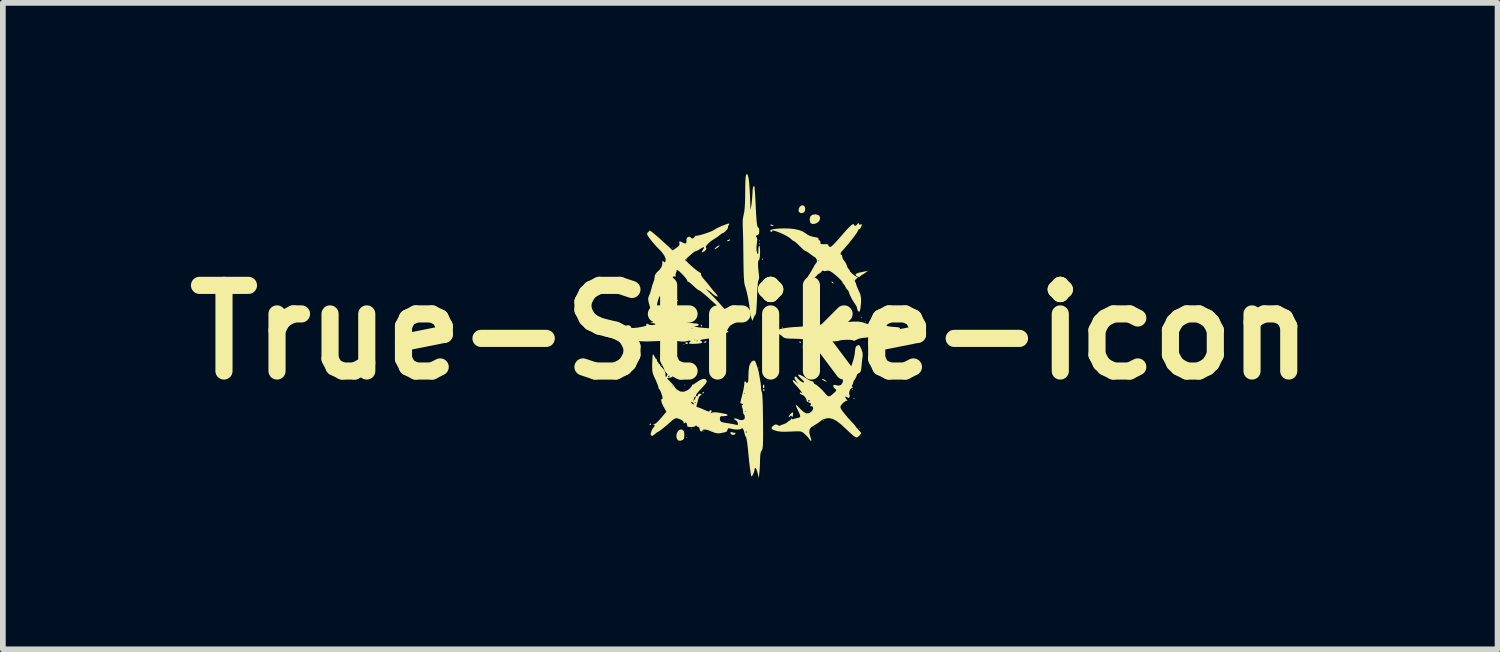
<source format=kicad_pcb>
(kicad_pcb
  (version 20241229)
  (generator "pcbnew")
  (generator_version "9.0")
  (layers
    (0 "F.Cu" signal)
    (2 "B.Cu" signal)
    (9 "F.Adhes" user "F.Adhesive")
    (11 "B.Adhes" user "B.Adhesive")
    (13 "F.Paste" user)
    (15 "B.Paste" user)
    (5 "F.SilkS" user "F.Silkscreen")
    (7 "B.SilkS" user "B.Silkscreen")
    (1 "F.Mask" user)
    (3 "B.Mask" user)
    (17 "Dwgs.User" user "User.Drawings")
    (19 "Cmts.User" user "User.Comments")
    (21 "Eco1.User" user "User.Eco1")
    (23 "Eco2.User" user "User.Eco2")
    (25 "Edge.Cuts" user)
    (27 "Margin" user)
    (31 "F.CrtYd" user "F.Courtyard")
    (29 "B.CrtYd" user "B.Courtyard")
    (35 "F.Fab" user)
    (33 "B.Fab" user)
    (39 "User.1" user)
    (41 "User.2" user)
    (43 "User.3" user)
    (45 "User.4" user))
  (footprint "True-Strike-icon"
    (layer "F.Cu")
    (at 10.086 2.768)
    (property "Reference" "True-Strike-icon" (at 0 0 0) (layer "F.SilkS") (effects (font (size 1.5 1.5) (thickness 0.3))))
    (attr board_only exclude_from_pos_files exclude_from_bom)
    (fp_poly (pts (xy -1.548 0.577) (xy -1.556 0.584) (xy -1.564 0.577) (xy -1.556 0.569)) (stroke (width 0) (type solid)) (fill yes) (layer "F.SilkS"))
    (fp_poly (pts (xy -1.358 -1.477) (xy -1.366 -1.469) (xy -1.374 -1.477) (xy -1.366 -1.485)) (stroke (width 0) (type solid)) (fill yes) (layer "F.SilkS"))
    (fp_poly (pts (xy -1.153 0.213) (xy -1.161 0.221) (xy -1.169 0.213) (xy -1.161 0.205)) (stroke (width 0) (type solid)) (fill yes) (layer "F.SilkS"))
    (fp_poly (pts (xy -1.137 0.924) (xy -1.145 0.932) (xy -1.153 0.924) (xy -1.145 0.916)) (stroke (width 0) (type solid)) (fill yes) (layer "F.SilkS"))
    (fp_poly (pts (xy -1.106 -1.272) (xy -1.114 -1.264) (xy -1.122 -1.272) (xy -1.114 -1.279)) (stroke (width 0) (type solid)) (fill yes) (layer "F.SilkS"))
    (fp_poly (pts (xy -1.106 1.84) (xy -1.114 1.848) (xy -1.122 1.84) (xy -1.114 1.832)) (stroke (width 0) (type solid)) (fill yes) (layer "F.SilkS"))
    (fp_poly (pts (xy -1.027 1.682) (xy -1.035 1.69) (xy -1.043 1.682) (xy -1.035 1.674)) (stroke (width 0) (type solid)) (fill yes) (layer "F.SilkS"))
    (fp_poly (pts (xy -0.806 1.73) (xy -0.813 1.738) (xy -0.821 1.73) (xy -0.813 1.722)) (stroke (width 0) (type solid)) (fill yes) (layer "F.SilkS"))
    (fp_poly (pts (xy -0.016 -0.34) (xy -0.024 -0.332) (xy -0.032 -0.34) (xy -0.024 -0.348)) (stroke (width 0) (type solid)) (fill yes) (layer "F.SilkS"))
    (fp_poly (pts (xy 0.158 0.624) (xy 0.15 0.632) (xy 0.142 0.624) (xy 0.15 0.616)) (stroke (width 0) (type solid)) (fill yes) (layer "F.SilkS"))
    (fp_poly (pts (xy 0.174 -1.603) (xy 0.166 -1.595) (xy 0.158 -1.603) (xy 0.166 -1.611)) (stroke (width 0) (type solid)) (fill yes) (layer "F.SilkS"))
    (fp_poly (pts (xy 0.569 -0.087) (xy 0.561 -0.079) (xy 0.553 -0.087) (xy 0.561 -0.095)) (stroke (width 0) (type solid)) (fill yes) (layer "F.SilkS"))
    (fp_poly (pts (xy 1.295 1.54) (xy 1.287 1.548) (xy 1.279 1.54) (xy 1.287 1.532)) (stroke (width 0) (type solid)) (fill yes) (layer "F.SilkS"))
    (fp_poly (pts (xy 1.69 0.608) (xy 1.682 0.616) (xy 1.674 0.608) (xy 1.682 0.6)) (stroke (width 0) (type solid)) (fill yes) (layer "F.SilkS"))
    (fp_poly (pts (xy 1.801 1.003) (xy 1.793 1.011) (xy 1.785 1.003) (xy 1.793 0.995)) (stroke (width 0) (type solid)) (fill yes) (layer "F.SilkS"))
    (fp_poly (pts (xy 1.927 1.682) (xy 1.919 1.69) (xy 1.911 1.682) (xy 1.919 1.674)) (stroke (width 0) (type solid)) (fill yes) (layer "F.SilkS"))
    (fp_poly (pts (xy 1.959 -0.261) (xy 1.951 -0.253) (xy 1.943 -0.261) (xy 1.951 -0.269)) (stroke (width 0) (type solid)) (fill yes) (layer "F.SilkS"))
    (fp_poly (pts (xy 2.022 -0.182) (xy 2.014 -0.174) (xy 2.006 -0.182) (xy 2.014 -0.19)) (stroke (width 0) (type solid)) (fill yes) (layer "F.SilkS"))
    (fp_poly (pts (xy -1.506 -0.232) (xy -1.508 -0.222) (xy -1.516 -0.221) (xy -1.529 -0.227) (xy -1.527 -0.232) (xy -1.508 -0.234)) (stroke (width 0) (type solid)) (fill yes) (layer "F.SilkS"))
    (fp_poly (pts (xy -1.49 0.606) (xy -1.488 0.624) (xy -1.49 0.627) (xy -1.499 0.624) (xy -1.501 0.616) (xy -1.495 0.603)) (stroke (width 0) (type solid)) (fill yes) (layer "F.SilkS"))
    (fp_poly (pts (xy 0.168 -1.559) (xy 0.17 -1.54) (xy 0.168 -1.537) (xy 0.159 -1.54) (xy 0.158 -1.548) (xy 0.164 -1.561)) (stroke (width 0) (type solid)) (fill yes) (layer "F.SilkS"))
    (fp_poly (pts (xy 0.216 -1.29) (xy 0.218 -1.271) (xy 0.216 -1.269) (xy 0.206 -1.271) (xy 0.205 -1.279) (xy 0.211 -1.292)) (stroke (width 0) (type solid)) (fill yes) (layer "F.SilkS"))
    (fp_poly (pts (xy 1.827 1.158) (xy 1.825 1.168) (xy 1.817 1.169) (xy 1.804 1.163) (xy 1.806 1.158) (xy 1.825 1.156)) (stroke (width 0) (type solid)) (fill yes) (layer "F.SilkS"))
    (fp_poly (pts (xy -0.853 -0.131) (xy -0.848 -0.119) (xy -0.843 -0.097) (xy -0.854 -0.101) (xy -0.862 -0.112) (xy -0.866 -0.132) (xy -0.864 -0.136)) (stroke (width 0) (type solid)) (fill yes) (layer "F.SilkS"))
    (fp_poly (pts (xy -0.034 -0.399) (xy -0.032 -0.388) (xy -0.037 -0.365) (xy -0.05 -0.372) (xy -0.055 -0.378) (xy -0.053 -0.398) (xy -0.048 -0.403)) (stroke (width 0) (type solid)) (fill yes) (layer "F.SilkS"))
    (fp_poly (pts (xy 1.434 -0.889) (xy 1.45 -0.875) (xy 1.46 -0.857) (xy 1.455 -0.853) (xy 1.433 -0.865) (xy 1.429 -0.87) (xy 1.422 -0.889)) (stroke (width 0) (type solid)) (fill yes) (layer "F.SilkS"))
    (fp_poly (pts (xy 1.699 0.646) (xy 1.701 0.656) (xy 1.697 0.678) (xy 1.686 0.669) (xy 1.683 0.665) (xy 1.684 0.645) (xy 1.687 0.642)) (stroke (width 0) (type solid)) (fill yes) (layer "F.SilkS"))
    (fp_poly (pts (xy -1.738 1.608) (xy -1.738 1.611) (xy -1.75 1.626) (xy -1.754 1.627) (xy -1.764 1.617) (xy -1.761 1.611) (xy -1.747 1.596) (xy -1.745 1.595)) (stroke (width 0) (type solid)) (fill yes) (layer "F.SilkS"))
    (fp_poly (pts (xy -1.093 0.182) (xy -1.09 0.19) (xy -1.103 0.204) (xy -1.114 0.205) (xy -1.135 0.197) (xy -1.137 0.19) (xy -1.125 0.176) (xy -1.114 0.174)) (stroke (width 0) (type solid)) (fill yes) (layer "F.SilkS"))
    (fp_poly (pts (xy -0.811 1.052) (xy -0.813 1.058) (xy -0.828 1.073) (xy -0.83 1.074) (xy -0.837 1.062) (xy -0.837 1.058) (xy -0.825 1.043) (xy -0.82 1.043)) (stroke (width 0) (type solid)) (fill yes) (layer "F.SilkS"))
    (fp_poly (pts (xy -0.763 0.163) (xy -0.77 0.174) (xy -0.795 0.183) (xy -0.798 0.183) (xy -0.814 0.179) (xy -0.813 0.172) (xy -0.791 0.16) (xy -0.778 0.158)) (stroke (width 0) (type solid)) (fill yes) (layer "F.SilkS"))
    (fp_poly (pts (xy -0.352 -1.623) (xy -0.355 -1.611) (xy -0.378 -1.597) (xy -0.392 -1.596) (xy -0.41 -1.598) (xy -0.398 -1.609) (xy -0.395 -1.611) (xy -0.366 -1.625)) (stroke (width 0) (type solid)) (fill yes) (layer "F.SilkS"))
    (fp_poly (pts (xy 0.245 0.929) (xy 0.248 0.948) (xy 0.244 0.973) (xy 0.236 0.979) (xy 0.224 0.966) (xy 0.221 0.948) (xy 0.226 0.922) (xy 0.234 0.916)) (stroke (width 0) (type solid)) (fill yes) (layer "F.SilkS"))
    (fp_poly (pts (xy 0.252 1.007) (xy 0.253 1.011) (xy 0.241 1.026) (xy 0.237 1.027) (xy 0.222 1.015) (xy 0.221 1.011) (xy 0.233 0.996) (xy 0.237 0.995)) (stroke (width 0) (type solid)) (fill yes) (layer "F.SilkS"))
    (fp_poly (pts (xy 0.379 -1.884) (xy 0.405 -1.875) (xy 0.411 -1.87) (xy 0.397 -1.865) (xy 0.379 -1.864) (xy 0.353 -1.87) (xy 0.348 -1.878) (xy 0.36 -1.886)) (stroke (width 0) (type solid)) (fill yes) (layer "F.SilkS"))
    (fp_poly (pts (xy 0.884 0.169) (xy 0.885 0.174) (xy 0.879 0.189) (xy 0.878 0.19) (xy 0.864 0.178) (xy 0.861 0.174) (xy 0.862 0.159) (xy 0.868 0.158)) (stroke (width 0) (type solid)) (fill yes) (layer "F.SilkS"))
    (fp_poly (pts (xy 1.279 0.819) (xy 1.311 0.837) (xy 1.312 0.838) (xy 1.338 0.859) (xy 1.339 0.866) (xy 1.314 0.857) (xy 1.289 0.846) (xy 1.262 0.83) (xy 1.257 0.818) (xy 1.258 0.817)) (stroke (width 0) (type solid)) (fill yes) (layer "F.SilkS"))
    (fp_poly (pts (xy -0.538 -1.523) (xy -0.543 -1.509) (xy -0.565 -1.488) (xy -0.594 -1.467) (xy -0.619 -1.455) (xy -0.624 -1.454) (xy -0.623 -1.463) (xy -0.603 -1.484) (xy -0.593 -1.493) (xy -0.561 -1.515) (xy -0.54 -1.523)) (stroke (width 0) (type solid)) (fill yes) (layer "F.SilkS"))
    (fp_poly (pts (xy -0.32 1.751) (xy -0.287 1.759) (xy -0.272 1.758) (xy -0.26 1.761) (xy -0.262 1.776) (xy -0.282 1.797) (xy -0.317 1.794) (xy -0.328 1.79) (xy -0.346 1.769) (xy -0.348 1.759) (xy -0.34 1.745)) (stroke (width 0) (type solid)) (fill yes) (layer "F.SilkS"))
    (fp_poly (pts (xy 0.948 -2.207) (xy 0.962 -2.172) (xy 0.959 -2.132) (xy 0.947 -2.108) (xy 0.915 -2.087) (xy 0.879 -2.088) (xy 0.852 -2.109) (xy 0.847 -2.12) (xy 0.849 -2.163) (xy 0.869 -2.2) (xy 0.901 -2.222) (xy 0.921 -2.224)) (stroke (width 0) (type solid)) (fill yes) (layer "F.SilkS"))
    (fp_poly (pts (xy 1.161 -2.062) (xy 1.206 -2.043) (xy 1.225 -2.008) (xy 1.215 -1.963) (xy 1.203 -1.943) (xy 1.17 -1.915) (xy 1.128 -1.899) (xy 1.087 -1.897) (xy 1.058 -1.911) (xy 1.052 -1.92) (xy 1.04 -1.982) (xy 1.053 -2.029) (xy 1.089 -2.058) (xy 1.144 -2.065)) (stroke (width 0) (type solid)) (fill yes) (layer "F.SilkS"))
    (fp_poly (pts (xy 0.752 1.423) (xy 0.75 1.434) (xy 0.745 1.466) (xy 0.743 1.477) (xy 0.736 1.48) (xy 0.728 1.471) (xy 0.713 1.459) (xy 0.704 1.467) (xy 0.683 1.484) (xy 0.677 1.485) (xy 0.675 1.474) (xy 0.691 1.448) (xy 0.698 1.439) (xy 0.729 1.408) (xy 0.747 1.403)) (stroke (width 0) (type solid)) (fill yes) (layer "F.SilkS"))
    (fp_poly (pts (xy -1.187 1.707) (xy -1.165 1.729) (xy -1.157 1.755) (xy -1.154 1.796) (xy -1.154 1.801) (xy -1.158 1.853) (xy -1.176 1.882) (xy -1.211 1.897) (xy -1.218 1.898) (xy -1.258 1.896) (xy -1.277 1.877) (xy -1.293 1.833) (xy -1.291 1.788) (xy -1.275 1.747) (xy -1.25 1.716) (xy -1.219 1.701)) (stroke (width 0) (type solid)) (fill yes) (layer "F.SilkS"))
    (fp_poly (pts (xy 2.019 -1.045) (xy 1.988 -1.022) (xy 1.968 -1.011) (xy 1.967 -1.011) (xy 1.949 -1.001) (xy 1.933 -0.987) (xy 1.907 -0.967) (xy 1.883 -0.97) (xy 1.86 -0.986) (xy 1.844 -1.008) (xy 1.859 -1.028) (xy 1.903 -1.044) (xy 1.919 -1.047) (xy 1.972 -1.058) (xy 2.014 -1.067) (xy 2.061 -1.078)) (stroke (width 0) (type solid)) (fill yes) (layer "F.SilkS"))
    (fp_poly (pts (xy -0.04 -2.743) (xy -0.028 -2.69) (xy -0.018 -2.607) (xy -0.01 -2.495) (xy -0.003 -2.353) (xy 0.002 -2.211) (xy 0.003 -2.14) (xy 0.018 -2.211) (xy 0.025 -2.262) (xy 0.032 -2.331) (xy 0.037 -2.404) (xy 0.038 -2.414) (xy 0.042 -2.49) (xy 0.049 -2.537) (xy 0.059 -2.559) (xy 0.071 -2.556) (xy 0.072 -2.556) (xy 0.075 -2.538) (xy 0.079 -2.493) (xy 0.084 -2.427) (xy 0.089 -2.344) (xy 0.094 -2.249) (xy 0.095 -2.23) (xy 0.101 -2.104) (xy 0.107 -2.007) (xy 0.113 -1.934) (xy 0.119 -1.884) (xy 0.127 -1.852) (xy 0.135 -1.836) (xy 0.144 -1.832) (xy 0.153 -1.818) (xy 0.158 -1.784) (xy 0.158 -1.771) (xy 0.154 -1.729) (xy 0.14 -1.708) (xy 0.124 -1.701) (xy 0.101 -1.69) (xy 0.105 -1.674) (xy 0.11 -1.667) (xy 0.123 -1.628) (xy 0.119 -1.584) (xy 0.109 -1.503) (xy 0.11 -1.434) (xy 0.121 -1.385) (xy 0.124 -1.38) (xy 0.134 -1.368) (xy 0.139 -1.38) (xy 0.142 -1.418) (xy 0.142 -1.433) (xy 0.145 -1.48) (xy 0.152 -1.51) (xy 0.158 -1.516) (xy 0.166 -1.501) (xy 0.171 -1.459) (xy 0.172 -1.394) (xy 0.171 -1.39) (xy 0.167 -1.317) (xy 0.16 -1.275) (xy 0.15 -1.264) (xy 0.14 -1.249) (xy 0.136 -1.206) (xy 0.138 -1.138) (xy 0.147 -1.049) (xy 0.152 -1.005) (xy 0.156 -0.952) (xy 0.149 -0.922) (xy 0.146 -0.918) (xy 0.139 -0.899) (xy 0.132 -0.851) (xy 0.127 -0.776) (xy 0.122 -0.68) (xy 0.119 -0.617) (xy 0.116 -0.524) (xy 0.111 -0.442) (xy 0.106 -0.377) (xy 0.101 -0.334) (xy 0.096 -0.317) (xy 0.081 -0.297) (xy 0.063 -0.261) (xy 0.06 -0.254) (xy 0.038 -0.199) (xy 0.02 -0.246) (xy 0.009 -0.286) (xy -0.001 -0.345) (xy -0.007 -0.395) (xy -0.02 -0.494) (xy -0.038 -0.6) (xy -0.06 -0.701) (xy -0.083 -0.785) (xy -0.09 -0.806) (xy -0.098 -0.833) (xy -0.104 -0.869) (xy -0.109 -0.917) (xy -0.113 -0.981) (xy -0.116 -1.065) (xy -0.118 -1.172) (xy -0.12 -1.307) (xy -0.12 -1.335) (xy -0.122 -1.457) (xy -0.123 -1.573) (xy -0.125 -1.678) (xy -0.128 -1.767) (xy -0.13 -1.835) (xy -0.132 -1.877) (xy -0.132 -1.88) (xy -0.131 -1.973) (xy -0.115 -2.061) (xy -0.104 -2.112) (xy -0.097 -2.177) (xy -0.092 -2.26) (xy -0.089 -2.368) (xy -0.088 -2.452) (xy -0.087 -2.572) (xy -0.084 -2.662) (xy -0.079 -2.724) (xy -0.072 -2.758) (xy -0.068 -2.766) (xy -0.053 -2.768)) (stroke (width 0) (type solid)) (fill yes) (layer "F.SilkS"))
    (fp_poly (pts (xy 1.896 -0.187) (xy 1.969 -0.174) (xy 1.993 -0.165) (xy 2.047 -0.147) (xy 2.126 -0.139) (xy 2.232 -0.142) (xy 2.235 -0.142) (xy 2.28 -0.138) (xy 2.335 -0.126) (xy 2.354 -0.12) (xy 2.411 -0.106) (xy 2.481 -0.096) (xy 2.524 -0.093) (xy 2.586 -0.088) (xy 2.618 -0.078) (xy 2.622 -0.071) (xy 2.609 -0.042) (xy 2.569 -0.022) (xy 2.512 -0.009) (xy 2.465 0.001) (xy 2.429 0.014) (xy 2.421 0.019) (xy 2.399 0.029) (xy 2.391 0.027) (xy 2.371 0.026) (xy 2.348 0.035) (xy 2.317 0.046) (xy 2.262 0.058) (xy 2.19 0.071) (xy 2.108 0.083) (xy 2.025 0.093) (xy 1.964 0.099) (xy 1.91 0.11) (xy 1.862 0.129) (xy 1.856 0.133) (xy 1.82 0.15) (xy 1.802 0.144) (xy 1.802 0.144) (xy 1.782 0.136) (xy 1.74 0.132) (xy 1.687 0.131) (xy 1.631 0.134) (xy 1.583 0.139) (xy 1.552 0.148) (xy 1.55 0.149) (xy 1.525 0.155) (xy 1.48 0.158) (xy 1.449 0.158) (xy 1.359 0.156) (xy 1.295 0.156) (xy 1.254 0.159) (xy 1.23 0.166) (xy 1.219 0.178) (xy 1.216 0.196) (xy 1.216 0.197) (xy 1.21 0.228) (xy 1.184 0.237) (xy 1.177 0.237) (xy 1.147 0.231) (xy 1.137 0.219) (xy 1.149 0.196) (xy 1.165 0.18) (xy 1.18 0.163) (xy 1.173 0.158) (xy 1.147 0.168) (xy 1.122 0.185) (xy 1.084 0.208) (xy 1.051 0.213) (xy 1.03 0.2) (xy 1.027 0.187) (xy 1.02 0.163) (xy 1.011 0.158) (xy 0.997 0.171) (xy 0.995 0.182) (xy 0.985 0.203) (xy 0.965 0.201) (xy 0.957 0.191) (xy 0.96 0.172) (xy 0.974 0.156) (xy 0.987 0.142) (xy 1.043 0.142) (xy 1.048 0.155) (xy 1.053 0.153) (xy 1.055 0.134) (xy 1.053 0.132) (xy 1.044 0.134) (xy 1.043 0.142) (xy 0.987 0.142) (xy 0.989 0.14) (xy 0.979 0.131) (xy 0.954 0.124) (xy 0.918 0.12) (xy 0.861 0.116) (xy 0.791 0.113) (xy 0.755 0.112) (xy 0.683 0.111) (xy 0.635 0.107) (xy 0.603 0.1) (xy 0.581 0.088) (xy 0.562 0.071) (xy 0.529 0.044) (xy 0.501 0.032) (xy 0.498 0.032) (xy 0.479 0.019) (xy 0.475 -0.01) (xy 0.486 -0.041) (xy 0.508 -0.052) (xy 0.555 -0.065) (xy 0.619 -0.076) (xy 0.694 -0.085) (xy 0.772 -0.092) (xy 0.821 -0.094) (xy 0.912 -0.101) (xy 0.918 -0.103) (xy 1.043 -0.103) (xy 1.05 -0.095) (xy 1.058 -0.103) (xy 1.05 -0.111) (xy 1.043 -0.103) (xy 0.918 -0.103) (xy 0.991 -0.118) (xy 1.048 -0.143) (xy 1.054 -0.147) (xy 1.072 -0.152) (xy 1.074 -0.143) (xy 1.083 -0.134) (xy 1.113 -0.13) (xy 1.168 -0.131) (xy 1.22 -0.133) (xy 1.366 -0.143) (xy 1.487 -0.153) (xy 1.591 -0.164) (xy 1.674 -0.175) (xy 1.797 -0.187)) (stroke (width 0) (type solid)) (fill yes) (layer "F.SilkS"))
    (fp_poly (pts (xy -1.375 -0.253) (xy -1.345 -0.23) (xy -1.308 -0.236) (xy -1.296 -0.244) (xy -1.281 -0.253) (xy -1.287 -0.238) (xy -1.287 -0.238) (xy -1.291 -0.223) (xy -1.276 -0.225) (xy -1.245 -0.224) (xy -1.218 -0.211) (xy -1.183 -0.196) (xy -1.126 -0.18) (xy -1.058 -0.167) (xy -0.988 -0.157) (xy -0.944 -0.154) (xy -0.912 -0.146) (xy -0.9 -0.131) (xy -0.914 -0.115) (xy -0.944 -0.109) (xy -0.987 -0.108) (xy -0.94 -0.093) (xy -0.907 -0.087) (xy -0.85 -0.08) (xy -0.776 -0.074) (xy -0.691 -0.068) (xy -0.659 -0.066) (xy -0.564 -0.06) (xy -0.495 -0.055) (xy -0.448 -0.048) (xy -0.418 -0.039) (xy -0.4 -0.028) (xy -0.399 -0.027) (xy -0.381 -0.007) (xy -0.386 -0.000477) (xy -0.4 0) (xy -0.425 0.013) (xy -0.442 0.039) (xy -0.462 0.068) (xy -0.481 0.069) (xy -0.514 0.069) (xy -0.525 0.076) (xy -0.551 0.086) (xy -0.597 0.095) (xy -0.64 0.1) (xy -0.709 0.107) (xy -0.78 0.117) (xy -0.813 0.122) (xy -0.858 0.13) (xy -0.876 0.137) (xy -0.871 0.147) (xy -0.861 0.153) (xy -0.841 0.171) (xy -0.841 0.183) (xy -0.862 0.191) (xy -0.903 0.197) (xy -0.954 0.201) (xy -1.005 0.203) (xy -1.048 0.201) (xy -1.072 0.196) (xy -1.074 0.193) (xy -1.062 0.173) (xy -1.054 0.169) (xy -1.044 0.156) (xy -1.047 0.149) (xy -1.055 0.147) (xy -0.942 0.147) (xy -0.94 0.157) (xy -0.932 0.158) (xy -0.919 0.152) (xy -0.921 0.147) (xy -0.94 0.146) (xy -0.942 0.147) (xy -1.055 0.147) (xy -1.069 0.145) (xy -1.105 0.153) (xy -1.107 0.154) (xy -1.15 0.163) (xy -1.209 0.162) (xy -1.26 0.155) (xy -1.347 0.147) (xy -1.455 0.146) (xy -1.54 0.151) (xy -1.811 0.161) (xy -2.063 0.152) (xy -2.213 0.134) (xy -0.979 0.134) (xy -0.971 0.142) (xy -0.964 0.134) (xy -0.971 0.126) (xy -0.979 0.134) (xy -2.213 0.134) (xy -2.293 0.124) (xy -2.366 0.111) (xy -2.444 0.094) (xy -2.51 0.079) (xy -2.558 0.067) (xy -2.583 0.059) (xy -2.585 0.058) (xy -2.59 0.04) (xy -2.567 0.026) (xy -2.522 0.017) (xy -2.489 0.016) (xy -2.429 0.012) (xy -2.399 -0.001) (xy -2.396 -0.006) (xy -2.376 -0.025) (xy -2.343 -0.037) (xy -2.293 -0.047) (xy -2.248 -0.056) (xy -2.212 -0.071) (xy -1.027 -0.071) (xy -1.019 -0.063) (xy -1.011 -0.071) (xy -1.019 -0.079) (xy -1.027 -0.071) (xy -2.212 -0.071) (xy -2.207 -0.073) (xy -2.187 -0.096) (xy -2.166 -0.121) (xy -2.13 -0.124) (xy -2.103 -0.113) (xy -2.088 -0.093) (xy -2.088 -0.085) (xy -2.077 -0.077) (xy -2.045 -0.075) (xy -2.03 -0.076) (xy -1.972 -0.082) (xy -1.915 -0.092) (xy -1.865 -0.103) (xy -1.829 -0.114) (xy -1.815 -0.124) (xy -1.817 -0.127) (xy -1.823 -0.14) (xy -1.81 -0.147) (xy -1.789 -0.148) (xy -1.785 -0.142) (xy -1.771 -0.132) (xy -1.736 -0.127) (xy -1.722 -0.126) (xy -1.679 -0.131) (xy -1.66 -0.141) (xy -1.668 -0.152) (xy -1.703 -0.159) (xy -1.71 -0.16) (xy -1.743 -0.161) (xy -1.746 -0.165) (xy -1.723 -0.174) (xy -1.722 -0.174) (xy -1.682 -0.182) (xy -1.628 -0.187) (xy -1.604 -0.188) (xy -1.546 -0.193) (xy -1.491 -0.204) (xy -1.447 -0.219) (xy -1.424 -0.235) (xy -1.422 -0.241) (xy -1.412 -0.248) (xy -1.406 -0.245) (xy -1.392 -0.248) (xy -1.39 -0.256) (xy -1.385 -0.266)) (stroke (width 0) (type solid)) (fill yes) (layer "F.SilkS"))
    (fp_poly (pts (xy 1.905 -1.901) (xy 1.902 -1.894) (xy 1.904 -1.883) (xy 1.927 -1.888) (xy 1.952 -1.892) (xy 1.954 -1.879) (xy 1.953 -1.877) (xy 1.939 -1.844) (xy 1.933 -1.828) (xy 1.914 -1.805) (xy 1.901 -1.801) (xy 1.886 -1.793) (xy 1.888 -1.785) (xy 1.882 -1.768) (xy 1.859 -1.732) (xy 1.823 -1.681) (xy 1.777 -1.622) (xy 1.726 -1.558) (xy 1.673 -1.495) (xy 1.622 -1.438) (xy 1.599 -1.413) (xy 1.582 -1.385) (xy 1.583 -1.364) (xy 1.595 -1.358) (xy 1.608 -1.345) (xy 1.611 -1.321) (xy 1.623 -1.283) (xy 1.643 -1.256) (xy 1.668 -1.221) (xy 1.69 -1.175) (xy 1.693 -1.166) (xy 1.707 -1.128) (xy 1.721 -1.107) (xy 1.724 -1.106) (xy 1.737 -1.093) (xy 1.738 -1.088) (xy 1.749 -1.064) (xy 1.779 -1.032) (xy 1.818 -0.999) (xy 1.852 -0.977) (xy 1.886 -0.959) (xy 1.852 -0.932) (xy 1.83 -0.906) (xy 1.834 -0.89) (xy 1.848 -0.863) (xy 1.856 -0.836) (xy 1.868 -0.8) (xy 1.889 -0.751) (xy 1.903 -0.721) (xy 1.928 -0.662) (xy 1.94 -0.598) (xy 1.94 -0.52) (xy 1.93 -0.423) (xy 1.921 -0.378) (xy 1.91 -0.359) (xy 1.898 -0.361) (xy 1.878 -0.388) (xy 1.866 -0.439) (xy 1.865 -0.444) (xy 1.856 -0.462) (xy 1.834 -0.497) (xy 1.81 -0.533) (xy 1.776 -0.589) (xy 1.748 -0.647) (xy 1.736 -0.677) (xy 1.722 -0.717) (xy 1.708 -0.74) (xy 1.704 -0.742) (xy 1.69 -0.755) (xy 1.671 -0.787) (xy 1.665 -0.798) (xy 1.645 -0.833) (xy 1.627 -0.852) (xy 1.624 -0.853) (xy 1.616 -0.863) (xy 1.618 -0.867) (xy 1.612 -0.884) (xy 1.586 -0.915) (xy 1.547 -0.953) (xy 1.502 -0.994) (xy 1.456 -1.032) (xy 1.415 -1.061) (xy 1.385 -1.077) (xy 1.382 -1.078) (xy 1.344 -1.079) (xy 1.324 -1.073) (xy 1.296 -1.07) (xy 1.285 -1.076) (xy 1.264 -1.081) (xy 1.245 -1.06) (xy 1.222 -1.034) (xy 1.204 -1.027) (xy 1.181 -1.014) (xy 1.175 -1.005) (xy 1.158 -0.984) (xy 1.122 -0.957) (xy 1.078 -0.928) (xy 1.031 -0.902) (xy 0.992 -0.883) (xy 0.967 -0.877) (xy 0.963 -0.879) (xy 0.965 -0.898) (xy 0.982 -0.934) (xy 1.011 -0.979) (xy 1.048 -1.036) (xy 1.083 -1.095) (xy 1.103 -1.131) (xy 1.125 -1.173) (xy 1.145 -1.202) (xy 1.151 -1.207) (xy 1.168 -1.233) (xy 1.167 -1.256) (xy 1.185 -1.256) (xy 1.193 -1.248) (xy 1.2 -1.256) (xy 1.193 -1.264) (xy 1.185 -1.256) (xy 1.167 -1.256) (xy 1.166 -1.27) (xy 1.147 -1.302) (xy 1.133 -1.313) (xy 1.099 -1.335) (xy 1.055 -1.367) (xy 1.043 -1.377) (xy 1.005 -1.404) (xy 0.976 -1.42) (xy 0.969 -1.422) (xy 0.949 -1.432) (xy 0.915 -1.461) (xy 0.874 -1.501) (xy 0.866 -1.509) (xy 0.824 -1.55) (xy 0.789 -1.581) (xy 0.768 -1.595) (xy 0.766 -1.596) (xy 0.745 -1.606) (xy 0.716 -1.632) (xy 0.715 -1.633) (xy 0.685 -1.657) (xy 0.641 -1.684) (xy 0.587 -1.712) (xy 0.53 -1.739) (xy 0.475 -1.761) (xy 0.429 -1.776) (xy 0.396 -1.783) (xy 0.383 -1.778) (xy 0.386 -1.772) (xy 0.381 -1.76) (xy 0.371 -1.759) (xy 0.35 -1.77) (xy 0.348 -1.779) (xy 0.362 -1.793) (xy 0.402 -1.804) (xy 0.461 -1.813) (xy 0.533 -1.818) (xy 0.611 -1.819) (xy 0.689 -1.816) (xy 0.762 -1.809) (xy 0.784 -1.805) (xy 0.861 -1.788) (xy 0.92 -1.764) (xy 0.976 -1.729) (xy 0.998 -1.712) (xy 1.039 -1.69) (xy 1.095 -1.673) (xy 1.121 -1.668) (xy 1.171 -1.659) (xy 1.193 -1.648) (xy 1.195 -1.634) (xy 1.198 -1.614) (xy 1.209 -1.611) (xy 1.226 -1.598) (xy 1.228 -1.576) (xy 1.229 -1.555) (xy 1.242 -1.545) (xy 1.275 -1.542) (xy 1.299 -1.543) (xy 1.341 -1.542) (xy 1.365 -1.537) (xy 1.367 -1.533) (xy 1.37 -1.513) (xy 1.381 -1.502) (xy 1.393 -1.495) (xy 1.407 -1.496) (xy 1.427 -1.508) (xy 1.454 -1.533) (xy 1.494 -1.574) (xy 1.547 -1.633) (xy 1.617 -1.714) (xy 1.627 -1.726) (xy 1.698 -1.805) (xy 1.751 -1.859) (xy 1.788 -1.889) (xy 1.81 -1.896) (xy 1.817 -1.88) (xy 1.817 -1.88) (xy 1.827 -1.865) (xy 1.849 -1.867) (xy 1.868 -1.883) (xy 1.87 -1.888) (xy 1.887 -1.909) (xy 1.896 -1.911)) (stroke (width 0) (type solid)) (fill yes) (layer "F.SilkS"))
    (fp_poly (pts (xy -0.367 -1.904) (xy -0.369 -1.887) (xy -0.379 -1.872) (xy -0.391 -1.848) (xy -0.389 -1.837) (xy -0.392 -1.821) (xy -0.411 -1.794) (xy -0.439 -1.765) (xy -0.465 -1.743) (xy -0.48 -1.738) (xy -0.501 -1.728) (xy -0.532 -1.703) (xy -0.536 -1.7) (xy -0.578 -1.667) (xy -0.628 -1.635) (xy -0.635 -1.631) (xy -0.675 -1.606) (xy -0.715 -1.573) (xy -0.75 -1.539) (xy -0.774 -1.51) (xy -0.781 -1.492) (xy -0.777 -1.489) (xy -0.766 -1.473) (xy -0.774 -1.447) (xy -0.798 -1.421) (xy -0.814 -1.411) (xy -0.843 -1.4) (xy -0.851 -1.405) (xy -0.837 -1.431) (xy -0.827 -1.446) (xy -0.809 -1.48) (xy -0.813 -1.492) (xy -0.84 -1.481) (xy -0.873 -1.461) (xy -0.913 -1.437) (xy -0.945 -1.423) (xy -0.952 -1.422) (xy -0.974 -1.412) (xy -1.011 -1.385) (xy -1.055 -1.347) (xy -1.058 -1.344) (xy -1.142 -1.267) (xy -1.088 -1.214) (xy -1.041 -1.17) (xy -0.99 -1.126) (xy -0.941 -1.086) (xy -0.899 -1.056) (xy -0.872 -1.04) (xy -0.866 -1.038) (xy -0.86 -1.03) (xy -0.863 -1.02) (xy -0.858 -0.996) (xy -0.835 -0.959) (xy -0.81 -0.929) (xy -0.767 -0.879) (xy -0.726 -0.829) (xy -0.708 -0.806) (xy -0.67 -0.757) (xy -0.627 -0.706) (xy -0.618 -0.697) (xy -0.588 -0.662) (xy -0.571 -0.635) (xy -0.569 -0.628) (xy -0.579 -0.625) (xy -0.606 -0.636) (xy -0.637 -0.656) (xy -0.665 -0.68) (xy -0.671 -0.686) (xy -0.695 -0.707) (xy -0.732 -0.732) (xy -0.735 -0.734) (xy -0.782 -0.763) (xy -0.735 -0.715) (xy -0.636 -0.614) (xy -0.562 -0.534) (xy -0.51 -0.475) (xy -0.482 -0.438) (xy -0.464 -0.409) (xy -0.464 -0.4) (xy -0.482 -0.405) (xy -0.484 -0.405) (xy -0.512 -0.418) (xy -0.542 -0.437) (xy -0.58 -0.466) (xy -0.63 -0.511) (xy -0.668 -0.546) (xy -0.737 -0.609) (xy -0.801 -0.664) (xy -0.854 -0.707) (xy -0.893 -0.734) (xy -0.911 -0.742) (xy -0.928 -0.753) (xy -0.96 -0.78) (xy -1.001 -0.818) (xy -1.003 -0.82) (xy -1.044 -0.857) (xy -1.077 -0.882) (xy -1.096 -0.889) (xy -1.096 -0.889) (xy -1.103 -0.89) (xy -1.1 -0.896) (xy -1.106 -0.915) (xy -1.128 -0.947) (xy -1.162 -0.987) (xy -1.201 -1.028) (xy -1.238 -1.063) (xy -1.268 -1.085) (xy -1.28 -1.09) (xy -1.293 -1.084) (xy -1.29 -1.08) (xy -1.29 -1.061) (xy -1.297 -1.048) (xy -1.308 -1.018) (xy -1.306 -1.004) (xy -1.306 -0.978) (xy -1.312 -0.971) (xy -1.325 -0.974) (xy -1.327 -0.981) (xy -1.334 -0.986) (xy -1.349 -0.971) (xy -1.364 -0.943) (xy -1.364 -0.928) (xy -1.368 -0.917) (xy -1.372 -0.916) (xy -1.383 -0.902) (xy -1.391 -0.867) (xy -1.393 -0.849) (xy -1.402 -0.801) (xy -1.418 -0.782) (xy -1.42 -0.782) (xy -1.444 -0.771) (xy -1.449 -0.75) (xy -1.438 -0.735) (xy -1.422 -0.713) (xy -1.422 -0.707) (xy -1.431 -0.705) (xy -1.455 -0.721) (xy -1.461 -0.727) (xy -1.49 -0.749) (xy -1.51 -0.754) (xy -1.511 -0.753) (xy -1.509 -0.735) (xy -1.484 -0.707) (xy -1.438 -0.672) (xy -1.379 -0.634) (xy -1.361 -0.624) (xy -1.314 -0.596) (xy -1.281 -0.572) (xy -1.268 -0.558) (xy -1.276 -0.548) (xy -1.306 -0.549) (xy -1.352 -0.56) (xy -1.406 -0.579) (xy -1.463 -0.605) (xy -1.465 -0.606) (xy -1.512 -0.628) (xy -1.548 -0.644) (xy -1.563 -0.648) (xy -1.585 -0.633) (xy -1.605 -0.592) (xy -1.623 -0.53) (xy -1.636 -0.452) (xy -1.636 -0.45) (xy -1.643 -0.394) (xy -1.648 -0.352) (xy -1.65 -0.332) (xy -1.65 -0.332) (xy -1.658 -0.313) (xy -1.666 -0.3) (xy -1.677 -0.264) (xy -1.677 -0.249) (xy -1.676 -0.225) (xy -1.685 -0.228) (xy -1.706 -0.259) (xy -1.71 -0.267) (xy -1.73 -0.31) (xy -1.738 -0.349) (xy -1.742 -0.39) (xy -1.752 -0.433) (xy -1.774 -0.505) (xy -1.785 -0.555) (xy -1.787 -0.591) (xy -1.78 -0.622) (xy -1.769 -0.648) (xy -1.747 -0.703) (xy -1.739 -0.735) (xy -1.548 -0.735) (xy -1.54 -0.727) (xy -1.532 -0.735) (xy -1.54 -0.742) (xy -1.548 -0.735) (xy -1.739 -0.735) (xy -1.731 -0.761) (xy -1.73 -0.766) (xy -1.717 -0.819) (xy -1.699 -0.867) (xy -1.697 -0.871) (xy -1.681 -0.919) (xy -1.674 -0.968) (xy -1.666 -1.013) (xy -1.661 -1.019) (xy -1.659 -1.019) (xy -1.651 -1.011) (xy -1.643 -1.019) (xy -1.651 -1.027) (xy -1.659 -1.019) (xy -1.661 -1.019) (xy -1.637 -1.048) (xy -1.627 -1.056) (xy -1.583 -1.099) (xy -1.551 -1.149) (xy -1.538 -1.196) (xy -1.54 -1.217) (xy -1.54 -1.243) (xy -1.524 -1.246) (xy -1.507 -1.229) (xy -1.494 -1.225) (xy -1.482 -1.247) (xy -1.482 -1.291) (xy -1.506 -1.346) (xy -1.552 -1.409) (xy -1.595 -1.453) (xy -1.639 -1.498) (xy -1.687 -1.552) (xy -1.734 -1.608) (xy -1.773 -1.66) (xy -1.799 -1.699) (xy -1.805 -1.711) (xy -1.805 -1.739) (xy -1.793 -1.748) (xy -1.772 -1.768) (xy -1.769 -1.78) (xy -1.758 -1.78) (xy -1.726 -1.76) (xy -1.675 -1.719) (xy -1.605 -1.659) (xy -1.518 -1.58) (xy -1.45 -1.518) (xy -1.359 -1.433) (xy -1.294 -1.478) (xy -1.255 -1.508) (xy -1.239 -1.533) (xy -1.239 -1.559) (xy -1.244 -1.585) (xy -1.236 -1.593) (xy -1.209 -1.584) (xy -1.182 -1.57) (xy -1.146 -1.555) (xy -1.127 -1.558) (xy -1.12 -1.566) (xy -1.114 -1.591) (xy -1.116 -1.599) (xy -1.118 -1.628) (xy -1.102 -1.659) (xy -1.076 -1.674) (xy -1.073 -1.674) (xy -1.048 -1.668) (xy -1.043 -1.659) (xy -1.029 -1.646) (xy -1.011 -1.643) (xy -0.985 -1.653) (xy -0.979 -1.666) (xy -0.966 -1.686) (xy -0.942 -1.69) (xy -0.904 -1.696) (xy -0.848 -1.71) (xy -0.784 -1.73) (xy -0.721 -1.752) (xy -0.667 -1.774) (xy -0.633 -1.792) (xy -0.629 -1.795) (xy -0.604 -1.812) (xy -0.56 -1.834) (xy -0.508 -1.857) (xy -0.454 -1.879) (xy -0.407 -1.896) (xy -0.375 -1.905)) (stroke (width 0) (type solid)) (fill yes) (layer "F.SilkS"))
    (fp_poly (pts (xy 1.909 0.227) (xy 1.925 0.25) (xy 1.945 0.294) (xy 1.966 0.356) (xy 1.969 0.413) (xy 1.966 0.432) (xy 1.959 0.485) (xy 1.952 0.552) (xy 1.948 0.597) (xy 1.942 0.654) (xy 1.933 0.687) (xy 1.917 0.706) (xy 1.902 0.714) (xy 1.873 0.736) (xy 1.864 0.757) (xy 1.854 0.787) (xy 1.832 0.821) (xy 1.81 0.858) (xy 1.801 0.888) (xy 1.792 0.916) (xy 1.784 0.925) (xy 1.778 0.943) (xy 1.788 0.96) (xy 1.799 0.977) (xy 1.79 0.974) (xy 1.77 0.977) (xy 1.75 1.001) (xy 1.736 1.035) (xy 1.731 1.07) (xy 1.736 1.087) (xy 1.743 1.121) (xy 1.738 1.137) (xy 1.723 1.151) (xy 1.701 1.14) (xy 1.699 1.138) (xy 1.673 1.124) (xy 1.663 1.133) (xy 1.673 1.157) (xy 1.682 1.169) (xy 1.701 1.192) (xy 1.697 1.2) (xy 1.685 1.2) (xy 1.658 1.212) (xy 1.624 1.239) (xy 1.613 1.251) (xy 1.586 1.285) (xy 1.578 1.309) (xy 1.586 1.335) (xy 1.588 1.339) (xy 1.614 1.379) (xy 1.657 1.434) (xy 1.71 1.497) (xy 1.769 1.562) (xy 1.785 1.578) (xy 1.817 1.612) (xy 1.837 1.636) (xy 1.841 1.643) (xy 1.851 1.658) (xy 1.877 1.687) (xy 1.892 1.704) (xy 1.922 1.737) (xy 1.941 1.762) (xy 1.943 1.768) (xy 1.932 1.786) (xy 1.907 1.813) (xy 1.905 1.815) (xy 1.877 1.838) (xy 1.857 1.841) (xy 1.827 1.825) (xy 1.822 1.822) (xy 1.791 1.798) (xy 1.746 1.758) (xy 1.694 1.71) (xy 1.671 1.688) (xy 1.584 1.608) (xy 1.51 1.552) (xy 1.445 1.518) (xy 1.386 1.504) (xy 1.347 1.505) (xy 1.275 1.525) (xy 1.235 1.552) (xy 1.193 1.585) (xy 1.141 1.617) (xy 1.125 1.626) (xy 1.066 1.663) (xy 1.037 1.706) (xy 1.034 1.76) (xy 1.049 1.818) (xy 1.066 1.871) (xy 1.07 1.9) (xy 1.061 1.902) (xy 1.039 1.877) (xy 1.033 1.867) (xy 1.001 1.826) (xy 0.959 1.784) (xy 0.949 1.775) (xy 0.92 1.753) (xy 0.895 1.74) (xy 0.863 1.734) (xy 0.816 1.734) (xy 0.759 1.736) (xy 0.665 1.74) (xy 0.595 1.742) (xy 0.544 1.74) (xy 0.503 1.736) (xy 0.467 1.729) (xy 0.452 1.725) (xy 0.399 1.707) (xy 0.374 1.688) (xy 0.376 1.665) (xy 0.393 1.644) (xy 0.434 1.615) (xy 0.469 1.617) (xy 0.485 1.629) (xy 0.513 1.637) (xy 0.524 1.633) (xy 0.547 1.621) (xy 0.553 1.619) (xy 0.579 1.612) (xy 0.615 1.596) (xy 0.647 1.578) (xy 0.663 1.563) (xy 0.663 1.562) (xy 0.676 1.55) (xy 0.687 1.548) (xy 0.708 1.535) (xy 0.712 1.52) (xy 0.716 1.506) (xy 0.721 1.512) (xy 0.741 1.523) (xy 0.763 1.518) (xy 0.802 1.505) (xy 0.83 1.5) (xy 0.833 1.5) (xy 0.856 1.493) (xy 0.866 1.487) (xy 0.875 1.474) (xy 0.871 1.449) (xy 0.854 1.406) (xy 0.838 1.374) (xy 0.815 1.324) (xy 0.8 1.286) (xy 0.796 1.269) (xy 0.796 1.268) (xy 0.809 1.276) (xy 0.837 1.301) (xy 0.875 1.339) (xy 0.877 1.342) (xy 0.934 1.394) (xy 0.983 1.419) (xy 1.028 1.417) (xy 1.067 1.393) (xy 1.093 1.36) (xy 1.102 1.327) (xy 1.092 1.302) (xy 1.071 1.295) (xy 1.049 1.292) (xy 1.054 1.276) (xy 1.058 1.271) (xy 1.067 1.254) (xy 1.054 1.24) (xy 1.028 1.23) (xy 0.993 1.212) (xy 0.989 1.2) (xy 1.011 1.2) (xy 1.023 1.216) (xy 1.027 1.216) (xy 1.042 1.204) (xy 1.043 1.2) (xy 1.031 1.185) (xy 1.027 1.185) (xy 1.011 1.197) (xy 1.011 1.2) (xy 0.989 1.2) (xy 0.985 1.192) (xy 0.985 1.192) (xy 0.981 1.166) (xy 0.959 1.133) (xy 0.929 1.104) (xy 0.899 1.09) (xy 0.896 1.09) (xy 0.873 1.077) (xy 0.869 1.062) (xy 0.872 1.045) (xy 0.883 1.056) (xy 0.899 1.068) (xy 0.905 1.064) (xy 0.899 1.047) (xy 0.875 1.014) (xy 0.839 0.971) (xy 0.828 0.959) (xy 0.776 0.901) (xy 0.748 0.862) (xy 0.743 0.841) (xy 0.753 0.837) (xy 0.771 0.847) (xy 0.801 0.87) (xy 0.804 0.873) (xy 0.843 0.908) (xy 0.809 0.863) (xy 0.783 0.821) (xy 0.774 0.789) (xy 0.785 0.774) (xy 0.789 0.774) (xy 0.809 0.785) (xy 0.824 0.803) (xy 0.852 0.832) (xy 0.888 0.859) (xy 0.921 0.876) (xy 0.943 0.879) (xy 0.944 0.878) (xy 0.94 0.862) (xy 0.916 0.835) (xy 0.896 0.816) (xy 0.855 0.775) (xy 0.838 0.75) (xy 0.845 0.74) (xy 0.873 0.746) (xy 0.918 0.768) (xy 0.975 0.804) (xy 1.023 0.834) (xy 1.062 0.853) (xy 1.085 0.858) (xy 1.085 0.858) (xy 1.103 0.863) (xy 1.106 0.874) (xy 1.119 0.899) (xy 1.133 0.907) (xy 1.164 0.925) (xy 1.206 0.96) (xy 1.253 1.004) (xy 1.297 1.052) (xy 1.303 1.059) (xy 1.341 1.103) (xy 1.37 1.122) (xy 1.399 1.117) (xy 1.437 1.089) (xy 1.452 1.075) (xy 1.49 1.04) (xy 1.506 1.02) (xy 1.505 1.006) (xy 1.489 0.994) (xy 1.487 0.993) (xy 1.461 0.965) (xy 1.453 0.942) (xy 1.459 0.921) (xy 1.483 0.922) (xy 1.489 0.924) (xy 1.55 0.934) (xy 1.593 0.919) (xy 1.618 0.878) (xy 1.627 0.811) (xy 1.627 0.81) (xy 1.635 0.773) (xy 1.64 0.766) (xy 1.674 0.766) (xy 1.682 0.774) (xy 1.69 0.766) (xy 1.682 0.758) (xy 1.674 0.766) (xy 1.64 0.766) (xy 1.655 0.744) (xy 1.68 0.731) (xy 1.696 0.738) (xy 1.705 0.735) (xy 1.706 0.725) (xy 1.715 0.696) (xy 1.733 0.663) (xy 1.761 0.612) (xy 1.788 0.54) (xy 1.812 0.46) (xy 1.829 0.383) (xy 1.834 0.333) (xy 1.841 0.277) (xy 1.855 0.245) (xy 1.866 0.236) (xy 1.891 0.224)) (stroke (width 0) (type solid)) (fill yes) (layer "F.SilkS"))
    (fp_poly (pts (xy -1.692 0.394) (xy -1.677 0.421) (xy -1.675 0.426) (xy -1.657 0.459) (xy -1.64 0.474) (xy -1.639 0.474) (xy -1.63 0.486) (xy -1.633 0.498) (xy -1.634 0.515) (xy -1.627 0.513) (xy -1.613 0.517) (xy -1.611 0.528) (xy -1.603 0.55) (xy -1.595 0.553) (xy -1.583 0.562) (xy -1.584 0.565) (xy -1.576 0.582) (xy -1.551 0.611) (xy -1.536 0.626) (xy -1.501 0.667) (xy -1.486 0.71) (xy -1.484 0.736) (xy -1.483 0.774) (xy -1.478 0.785) (xy -1.466 0.774) (xy -1.437 0.774) (xy -1.432 0.789) (xy -1.43 0.79) (xy -1.417 0.779) (xy -1.414 0.774) (xy -1.415 0.759) (xy -1.421 0.758) (xy -1.437 0.77) (xy -1.437 0.774) (xy -1.466 0.774) (xy -1.465 0.773) (xy -1.461 0.767) (xy -1.447 0.736) (xy -1.452 0.72) (xy -1.454 0.696) (xy -1.444 0.683) (xy -1.426 0.672) (xy -1.422 0.676) (xy -1.412 0.697) (xy -1.39 0.727) (xy -1.364 0.761) (xy -1.364 0.78) (xy -1.391 0.792) (xy -1.409 0.796) (xy -1.459 0.806) (xy -1.393 0.874) (xy -1.358 0.911) (xy -1.334 0.941) (xy -1.327 0.953) (xy -1.316 0.97) (xy -1.29 0.998) (xy -1.283 1.003) (xy -1.224 1.037) (xy -1.161 1.041) (xy -1.096 1.014) (xy -1.068 0.993) (xy -1.037 0.961) (xy -1.021 0.936) (xy -1.021 0.929) (xy -1.02 0.919) (xy -1.016 0.92) (xy -0.997 0.914) (xy -0.963 0.893) (xy -0.948 0.882) (xy -0.881 0.838) (xy -0.827 0.816) (xy -0.788 0.818) (xy -0.78 0.823) (xy -0.764 0.842) (xy -0.762 0.864) (xy -0.777 0.894) (xy -0.812 0.936) (xy -0.86 0.988) (xy -0.914 1.047) (xy -0.944 1.087) (xy -0.951 1.112) (xy -0.937 1.121) (xy -0.931 1.122) (xy -0.918 1.109) (xy -0.916 1.098) (xy -0.903 1.079) (xy -0.885 1.074) (xy -0.859 1.081) (xy -0.853 1.09) (xy -0.866 1.104) (xy -0.874 1.106) (xy -0.89 1.12) (xy -0.906 1.157) (xy -0.912 1.181) (xy -0.925 1.231) (xy -0.937 1.272) (xy -0.94 1.283) (xy -0.941 1.306) (xy -0.926 1.311) (xy -0.9 1.318) (xy -0.855 1.335) (xy -0.804 1.358) (xy -0.758 1.378) (xy -0.726 1.388) (xy -0.715 1.386) (xy -0.715 1.385) (xy -0.71 1.369) (xy -0.694 1.365) (xy -0.675 1.37) (xy -0.679 1.389) (xy -0.683 1.397) (xy -0.693 1.419) (xy -0.685 1.417) (xy -0.676 1.41) (xy -0.649 1.401) (xy -0.6 1.401) (xy -0.526 1.411) (xy -0.43 1.43) (xy -0.4 1.442) (xy -0.397 1.455) (xy -0.42 1.465) (xy -0.464 1.469) (xy -0.506 1.47) (xy -0.526 1.479) (xy -0.531 1.5) (xy -0.531 1.517) (xy -0.528 1.542) (xy -0.519 1.56) (xy -0.497 1.572) (xy -0.457 1.582) (xy -0.391 1.593) (xy -0.387 1.593) (xy -0.328 1.603) (xy -0.276 1.613) (xy -0.251 1.619) (xy -0.221 1.623) (xy -0.214 1.61) (xy -0.217 1.589) (xy -0.233 1.555) (xy -0.254 1.54) (xy -0.279 1.525) (xy -0.284 1.514) (xy -0.272 1.507) (xy -0.241 1.512) (xy -0.2 1.527) (xy -0.192 1.532) (xy -0.161 1.538) (xy -0.133 1.536) (xy -0.104 1.523) (xy -0.095 1.492) (xy -0.095 1.483) (xy -0.1 1.451) (xy -0.111 1.437) (xy -0.122 1.424) (xy -0.126 1.39) (xy -0.126 1.389) (xy -0.127 1.382) (xy -0.095 1.382) (xy -0.087 1.39) (xy -0.079 1.382) (xy -0.087 1.374) (xy -0.095 1.382) (xy -0.127 1.382) (xy -0.132 1.343) (xy -0.143 1.31) (xy -0.151 1.285) (xy -0.143 1.279) (xy -0.127 1.268) (xy -0.126 1.264) (xy -0.139 1.25) (xy -0.15 1.248) (xy -0.162 1.248) (xy -0.17 1.244) (xy -0.172 1.232) (xy -0.168 1.206) (xy -0.157 1.162) (xy -0.14 1.093) (xy -0.133 1.066) (xy -0.111 1.066) (xy -0.103 1.074) (xy -0.095 1.066) (xy -0.103 1.058) (xy -0.111 1.066) (xy -0.133 1.066) (xy -0.119 1.005) (xy -0.109 0.948) (xy -0.103 0.904) (xy -0.104 0.882) (xy -0.104 0.882) (xy -0.1 0.865) (xy -0.095 0.861) (xy -0.08 0.862) (xy -0.079 0.868) (xy -0.066 0.883) (xy -0.055 0.885) (xy -0.043 0.879) (xy -0.036 0.858) (xy -0.033 0.816) (xy -0.032 0.752) (xy -0.028 0.669) (xy -0.019 0.601) (xy -0.008 0.565) (xy 0.018 0.52) (xy 0.05 0.496) (xy 0.079 0.498) (xy 0.09 0.516) (xy 0.106 0.555) (xy 0.123 0.604) (xy 0.138 0.655) (xy 0.149 0.698) (xy 0.151 0.711) (xy 0.156 0.738) (xy 0.164 0.786) (xy 0.172 0.828) (xy 0.182 0.891) (xy 0.188 0.951) (xy 0.19 0.981) (xy 0.193 1.02) (xy 0.202 1.044) (xy 0.204 1.045) (xy 0.208 1.062) (xy 0.212 1.106) (xy 0.216 1.172) (xy 0.219 1.257) (xy 0.221 1.355) (xy 0.222 1.422) (xy 0.224 1.581) (xy 0.225 1.711) (xy 0.225 1.815) (xy 0.224 1.897) (xy 0.222 1.96) (xy 0.219 2.005) (xy 0.214 2.037) (xy 0.208 2.058) (xy 0.2 2.072) (xy 0.197 2.075) (xy 0.184 2.101) (xy 0.176 2.148) (xy 0.172 2.223) (xy 0.172 2.23) (xy 0.17 2.307) (xy 0.166 2.387) (xy 0.161 2.453) (xy 0.16 2.456) (xy 0.15 2.551) (xy 0.128 2.46) (xy 0.113 2.411) (xy 0.098 2.381) (xy 0.088 2.375) (xy 0.075 2.393) (xy 0.075 2.399) (xy 0.073 2.423) (xy 0.062 2.458) (xy 0.046 2.493) (xy 0.032 2.518) (xy 0.022 2.523) (xy 0.014 2.503) (xy 0.007 2.465) (xy 0.007 2.462) (xy -0.000403 2.409) (xy -0.009 2.351) (xy -0.009 2.346) (xy -0.014 2.306) (xy -0.021 2.244) (xy -0.029 2.166) (xy -0.037 2.08) (xy -0.038 2.064) (xy -0.047 1.984) (xy -0.056 1.915) (xy -0.065 1.865) (xy -0.072 1.837) (xy -0.074 1.835) (xy -0.088 1.813) (xy -0.099 1.775) (xy -0.101 1.769) (xy -0.107 1.744) (xy -0.078 1.744) (xy -0.075 1.765) (xy -0.069 1.765) (xy -0.066 1.744) (xy -0.068 1.735) (xy -0.075 1.729) (xy -0.078 1.744) (xy -0.107 1.744) (xy -0.115 1.714) (xy -0.132 1.683) (xy -0.149 1.68) (xy -0.156 1.688) (xy -0.179 1.699) (xy -0.223 1.703) (xy -0.279 1.7) (xy -0.335 1.689) (xy -0.358 1.683) (xy -0.385 1.68) (xy -0.396 1.7) (xy -0.398 1.708) (xy -0.414 1.74) (xy -0.442 1.75) (xy -0.483 1.758) (xy -0.505 1.764) (xy -0.554 1.771) (xy -0.614 1.762) (xy -0.671 1.741) (xy -0.731 1.715) (xy -0.783 1.703) (xy -0.819 1.704) (xy -0.832 1.715) (xy -0.85 1.737) (xy -0.871 1.733) (xy -0.884 1.707) (xy -0.885 1.698) (xy -0.892 1.667) (xy -0.907 1.659) (xy -0.933 1.647) (xy -0.939 1.639) (xy -0.949 1.627) (xy -0.957 1.639) (xy -0.978 1.652) (xy -1.02 1.658) (xy -1.036 1.659) (xy -1.079 1.657) (xy -1.1 1.649) (xy -1.106 1.629) (xy -1.106 1.619) (xy -1.115 1.589) (xy -1.135 1.579) (xy -1.156 1.593) (xy -1.159 1.599) (xy -1.165 1.603) (xy -1.164 1.587) (xy -1.172 1.559) (xy -1.206 1.534) (xy -1.216 1.529) (xy -1.268 1.507) (xy -1.307 1.505) (xy -1.345 1.525) (xy -1.377 1.552) (xy -1.443 1.611) (xy -1.505 1.663) (xy -1.557 1.705) (xy -1.595 1.732) (xy -1.611 1.741) (xy -1.636 1.754) (xy -1.667 1.781) (xy -1.668 1.781) (xy -1.705 1.81) (xy -1.729 1.813) (xy -1.743 1.793) (xy -1.742 1.766) (xy -1.728 1.726) (xy -1.709 1.687) (xy -1.689 1.663) (xy -1.686 1.661) (xy -1.676 1.643) (xy -1.674 1.633) (xy -1.683 1.618) (xy -1.694 1.621) (xy -1.705 1.624) (xy -1.701 1.618) (xy -1.674 1.604) (xy -1.668 1.603) (xy -1.649 1.592) (xy -1.617 1.562) (xy -1.576 1.518) (xy -1.558 1.497) (xy -1.468 1.391) (xy -1.517 1.304) (xy -1.545 1.247) (xy -1.551 1.226) (xy -1.035 1.226) (xy -1.027 1.24) (xy -1.003 1.26) (xy -0.991 1.264) (xy -0.986 1.254) (xy -0.995 1.24) (xy -1.017 1.222) (xy -0.974 1.222) (xy -0.972 1.231) (xy -0.964 1.232) (xy -0.951 1.226) (xy -0.953 1.222) (xy -0.972 1.22) (xy -0.974 1.222) (xy -1.017 1.222) (xy -1.019 1.22) (xy -1.031 1.216) (xy -1.035 1.226) (xy -1.551 1.226) (xy -1.556 1.208) (xy -0.998 1.208) (xy -0.971 1.172) (xy -0.955 1.143) (xy -0.954 1.126) (xy -0.966 1.121) (xy -0.977 1.139) (xy -0.987 1.169) (xy -0.998 1.208) (xy -1.556 1.208) (xy -1.558 1.201) (xy -1.556 1.171) (xy -1.538 1.164) (xy -1.534 1.152) (xy -1.541 1.119) (xy -1.554 1.074) (xy -1.573 1.028) (xy -1.589 0.997) (xy -1.598 0.989) (xy -1.607 0.982) (xy -1.607 0.968) (xy -1.613 0.941) (xy -1.614 0.94) (xy -1.374 0.94) (xy -1.366 0.948) (xy -1.358 0.94) (xy -1.366 0.932) (xy -1.374 0.94) (xy -1.614 0.94) (xy -1.63 0.895) (xy -1.655 0.838) (xy -1.662 0.821) (xy -1.689 0.764) (xy -1.705 0.719) (xy -1.714 0.676) (xy -1.717 0.624) (xy -1.717 0.552) (xy -1.717 0.55) (xy -1.714 0.484) (xy -1.711 0.43) (xy -1.707 0.396) (xy -1.704 0.388)) (stroke (width 0) (type solid)) (fill yes) (layer "F.SilkS")))
  (gr_rect
    (start -3 -3)
    (end 23.171 8.319)
    (stroke (width 0.1) (type default))
    (fill no)
    (layer "Edge.Cuts")))
</source>
